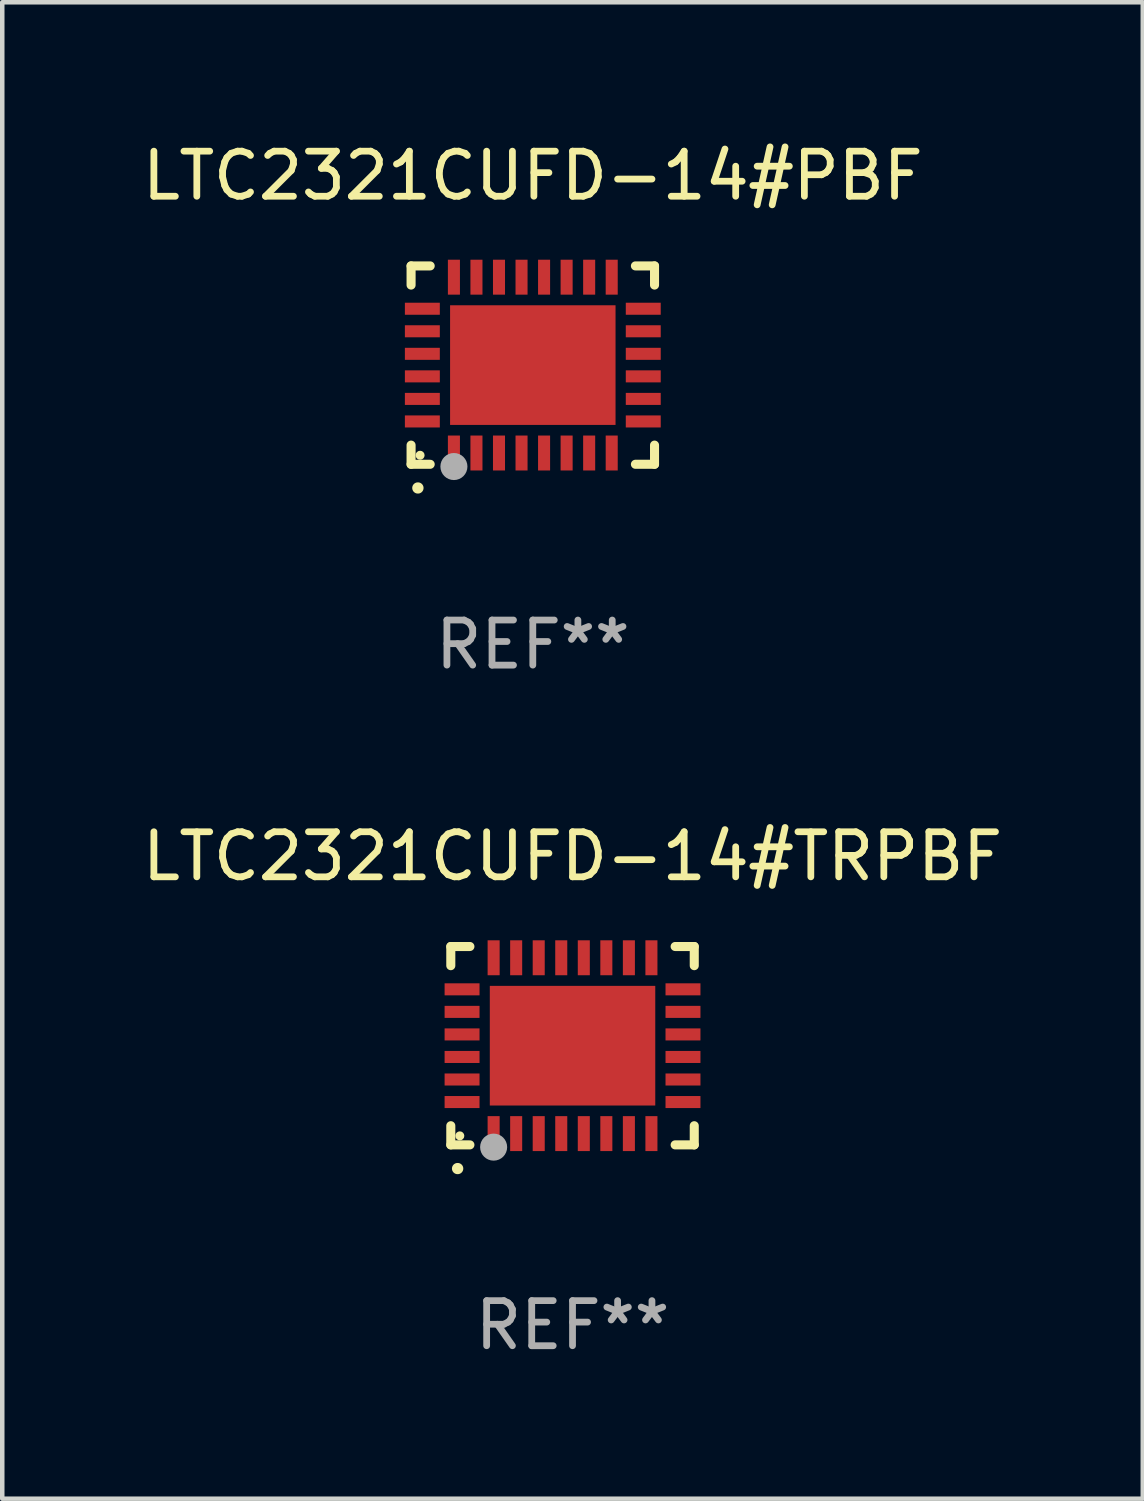
<source format=kicad_pcb>
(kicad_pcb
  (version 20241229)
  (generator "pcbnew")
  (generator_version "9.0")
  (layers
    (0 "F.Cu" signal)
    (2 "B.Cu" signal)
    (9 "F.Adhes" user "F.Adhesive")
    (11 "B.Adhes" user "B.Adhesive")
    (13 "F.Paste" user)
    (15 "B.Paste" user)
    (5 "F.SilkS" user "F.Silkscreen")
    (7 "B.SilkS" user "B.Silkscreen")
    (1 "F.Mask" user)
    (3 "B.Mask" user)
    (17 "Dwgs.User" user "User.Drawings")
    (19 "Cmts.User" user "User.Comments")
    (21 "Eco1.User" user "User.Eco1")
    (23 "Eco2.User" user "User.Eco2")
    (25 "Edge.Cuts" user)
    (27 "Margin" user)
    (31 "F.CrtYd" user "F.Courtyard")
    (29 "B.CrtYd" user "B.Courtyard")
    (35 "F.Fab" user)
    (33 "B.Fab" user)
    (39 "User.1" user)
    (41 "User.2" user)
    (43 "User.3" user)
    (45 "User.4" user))
  (footprint "LTC2321CUFD-14#TRPBF"
    (layer "F.Cu")
    (at 9.649 20.144)
    (property "Reference" "LTC2321CUFD-14#TRPBF" (at 0 -4.2 0) (layer "F.SilkS") (effects (font (size 1 1) (thickness 0.15))))
    (attr through_hole)
    (fp_line (start -2.7 -2.2) (end -2.276 -2.2) (stroke (width 0.201) (type solid)) (layer "F.SilkS"))
    (fp_line (start -2.7 -1.775) (end -2.7 -2.2) (stroke (width 0.201) (type solid)) (layer "F.SilkS"))
    (fp_line (start -2.7 2.2) (end -2.7 1.775) (stroke (width 0.201) (type solid)) (layer "F.SilkS"))
    (fp_line (start -2.276 2.2) (end -2.7 2.2) (stroke (width 0.201) (type solid)) (layer "F.SilkS"))
    (fp_line (start 2.276 2.2) (end 2.7 2.2) (stroke (width 0.201) (type solid)) (layer "F.SilkS"))
    (fp_line (start 2.7 -2.2) (end 2.276 -2.2) (stroke (width 0.201) (type solid)) (layer "F.SilkS"))
    (fp_line (start 2.7 -1.775) (end 2.7 -2.2) (stroke (width 0.201) (type solid)) (layer "F.SilkS"))
    (fp_line (start 2.7 2.2) (end 2.7 1.775) (stroke (width 0.201) (type solid)) (layer "F.SilkS"))
    (fp_arc (start -2.550165 2.725425) (mid -2.548895 2.725419) (end -2.547625 2.725425) (stroke (width 0.24892) (type solid)) (layer "F.SilkS"))
    (fp_circle (center -2.5 2) (end -2.45 2) (stroke (width 0.1) (type solid)) (fill no) (layer "F.SilkS"))
    (fp_circle (center -1.75 2.25) (end -1.6 2.25) (stroke (width 0.3) (type solid)) (fill no) (layer "F.Fab"))
    (fp_text user "REF**" (at 0 6.2 0) (layer "F.Fab") (effects (font (size 1 1) (thickness 0.15))))
    (pad "1" smd rect (at -1.75 1.95) (size 0.267 0.775) (layers "F.Cu" "F.Mask" "F.Paste"))
    (pad "2" smd rect (at -1.25 1.95) (size 0.267 0.775) (layers "F.Cu" "F.Mask" "F.Paste"))
    (pad "3" smd rect (at -0.75 1.95) (size 0.267 0.775) (layers "F.Cu" "F.Mask" "F.Paste"))
    (pad "4" smd rect (at -0.25 1.95) (size 0.267 0.775) (layers "F.Cu" "F.Mask" "F.Paste"))
    (pad "5" smd rect (at 0.25 1.95) (size 0.267 0.775) (layers "F.Cu" "F.Mask" "F.Paste"))
    (pad "6" smd rect (at 0.75 1.95) (size 0.267 0.775) (layers "F.Cu" "F.Mask" "F.Paste"))
    (pad "7" smd rect (at 1.25 1.95) (size 0.267 0.775) (layers "F.Cu" "F.Mask" "F.Paste"))
    (pad "8" smd rect (at 1.75 1.95) (size 0.267 0.775) (layers "F.Cu" "F.Mask" "F.Paste"))
    (pad "9" smd rect (at 2.45 1.25) (size 0.775 0.267) (layers "F.Cu" "F.Mask" "F.Paste"))
    (pad "10" smd rect (at 2.45 0.75) (size 0.775 0.267) (layers "F.Cu" "F.Mask" "F.Paste"))
    (pad "11" smd rect (at 2.45 0.25) (size 0.775 0.267) (layers "F.Cu" "F.Mask" "F.Paste"))
    (pad "12" smd rect (at 2.45 -0.25) (size 0.775 0.267) (layers "F.Cu" "F.Mask" "F.Paste"))
    (pad "13" smd rect (at 2.45 -0.75) (size 0.775 0.267) (layers "F.Cu" "F.Mask" "F.Paste"))
    (pad "14" smd rect (at 2.45 -1.25) (size 0.775 0.267) (layers "F.Cu" "F.Mask" "F.Paste"))
    (pad "15" smd rect (at 1.75 -1.95) (size 0.267 0.775) (layers "F.Cu" "F.Mask" "F.Paste"))
    (pad "16" smd rect (at 1.25 -1.95) (size 0.267 0.775) (layers "F.Cu" "F.Mask" "F.Paste"))
    (pad "17" smd rect (at 0.75 -1.95) (size 0.267 0.775) (layers "F.Cu" "F.Mask" "F.Paste"))
    (pad "18" smd rect (at 0.25 -1.95) (size 0.267 0.775) (layers "F.Cu" "F.Mask" "F.Paste"))
    (pad "19" smd rect (at -0.25 -1.95) (size 0.267 0.775) (layers "F.Cu" "F.Mask" "F.Paste"))
    (pad "20" smd rect (at -0.75 -1.95) (size 0.267 0.775) (layers "F.Cu" "F.Mask" "F.Paste"))
    (pad "21" smd rect (at -1.25 -1.95) (size 0.267 0.775) (layers "F.Cu" "F.Mask" "F.Paste"))
    (pad "22" smd rect (at -1.75 -1.95) (size 0.267 0.775) (layers "F.Cu" "F.Mask" "F.Paste"))
    (pad "23" smd rect (at -2.45 -1.25) (size 0.775 0.267) (layers "F.Cu" "F.Mask" "F.Paste"))
    (pad "24" smd rect (at -2.45 -0.75) (size 0.775 0.267) (layers "F.Cu" "F.Mask" "F.Paste"))
    (pad "25" smd rect (at -2.45 -0.25) (size 0.775 0.267) (layers "F.Cu" "F.Mask" "F.Paste"))
    (pad "26" smd rect (at -2.45 0.25) (size 0.775 0.267) (layers "F.Cu" "F.Mask" "F.Paste"))
    (pad "27" smd rect (at -2.45 0.75) (size 0.775 0.267) (layers "F.Cu" "F.Mask" "F.Paste"))
    (pad "28" smd rect (at -2.45 1.25) (size 0.775 0.267) (layers "F.Cu" "F.Mask" "F.Paste"))
    (pad "29" smd rect (at 0.000127 0.000127) (size 3.67 2.654) (layers "F.Cu" "F.Mask" "F.Paste")))
  (footprint "LTC2321CUFD-14#PBF"
    (layer "F.Cu")
    (at 8.768 5.048)
    (property "Reference" "LTC2321CUFD-14#PBF" (at 0 -4.2 0) (layer "F.SilkS") (effects (font (size 1 1) (thickness 0.15))))
    (attr through_hole)
    (fp_line (start -2.7 -2.2) (end -2.276 -2.2) (stroke (width 0.201) (type solid)) (layer "F.SilkS"))
    (fp_line (start -2.7 -1.775) (end -2.7 -2.2) (stroke (width 0.201) (type solid)) (layer "F.SilkS"))
    (fp_line (start -2.7 2.2) (end -2.7 1.775) (stroke (width 0.201) (type solid)) (layer "F.SilkS"))
    (fp_line (start -2.276 2.2) (end -2.7 2.2) (stroke (width 0.201) (type solid)) (layer "F.SilkS"))
    (fp_line (start 2.276 2.2) (end 2.7 2.2) (stroke (width 0.201) (type solid)) (layer "F.SilkS"))
    (fp_line (start 2.7 -2.2) (end 2.276 -2.2) (stroke (width 0.201) (type solid)) (layer "F.SilkS"))
    (fp_line (start 2.7 -1.775) (end 2.7 -2.2) (stroke (width 0.201) (type solid)) (layer "F.SilkS"))
    (fp_line (start 2.7 2.2) (end 2.7 1.775) (stroke (width 0.201) (type solid)) (layer "F.SilkS"))
    (fp_arc (start -2.550165 2.725425) (mid -2.548895 2.725419) (end -2.547625 2.725425) (stroke (width 0.24892) (type solid)) (layer "F.SilkS"))
    (fp_circle (center -2.5 2) (end -2.45 2) (stroke (width 0.1) (type solid)) (fill no) (layer "F.SilkS"))
    (fp_circle (center -1.75 2.25) (end -1.6 2.25) (stroke (width 0.3) (type solid)) (fill no) (layer "F.Fab"))
    (fp_text user "REF**" (at 0 6.2 0) (layer "F.Fab") (effects (font (size 1 1) (thickness 0.15))))
    (pad "1" smd rect (at -1.75 1.95) (size 0.267 0.775) (layers "F.Cu" "F.Mask" "F.Paste"))
    (pad "2" smd rect (at -1.25 1.95) (size 0.267 0.775) (layers "F.Cu" "F.Mask" "F.Paste"))
    (pad "3" smd rect (at -0.75 1.95) (size 0.267 0.775) (layers "F.Cu" "F.Mask" "F.Paste"))
    (pad "4" smd rect (at -0.25 1.95) (size 0.267 0.775) (layers "F.Cu" "F.Mask" "F.Paste"))
    (pad "5" smd rect (at 0.25 1.95) (size 0.267 0.775) (layers "F.Cu" "F.Mask" "F.Paste"))
    (pad "6" smd rect (at 0.75 1.95) (size 0.267 0.775) (layers "F.Cu" "F.Mask" "F.Paste"))
    (pad "7" smd rect (at 1.25 1.95) (size 0.267 0.775) (layers "F.Cu" "F.Mask" "F.Paste"))
    (pad "8" smd rect (at 1.75 1.95) (size 0.267 0.775) (layers "F.Cu" "F.Mask" "F.Paste"))
    (pad "9" smd rect (at 2.45 1.25) (size 0.775 0.267) (layers "F.Cu" "F.Mask" "F.Paste"))
    (pad "10" smd rect (at 2.45 0.75) (size 0.775 0.267) (layers "F.Cu" "F.Mask" "F.Paste"))
    (pad "11" smd rect (at 2.45 0.25) (size 0.775 0.267) (layers "F.Cu" "F.Mask" "F.Paste"))
    (pad "12" smd rect (at 2.45 -0.25) (size 0.775 0.267) (layers "F.Cu" "F.Mask" "F.Paste"))
    (pad "13" smd rect (at 2.45 -0.75) (size 0.775 0.267) (layers "F.Cu" "F.Mask" "F.Paste"))
    (pad "14" smd rect (at 2.45 -1.25) (size 0.775 0.267) (layers "F.Cu" "F.Mask" "F.Paste"))
    (pad "15" smd rect (at 1.75 -1.95) (size 0.267 0.775) (layers "F.Cu" "F.Mask" "F.Paste"))
    (pad "16" smd rect (at 1.25 -1.95) (size 0.267 0.775) (layers "F.Cu" "F.Mask" "F.Paste"))
    (pad "17" smd rect (at 0.75 -1.95) (size 0.267 0.775) (layers "F.Cu" "F.Mask" "F.Paste"))
    (pad "18" smd rect (at 0.25 -1.95) (size 0.267 0.775) (layers "F.Cu" "F.Mask" "F.Paste"))
    (pad "19" smd rect (at -0.25 -1.95) (size 0.267 0.775) (layers "F.Cu" "F.Mask" "F.Paste"))
    (pad "20" smd rect (at -0.75 -1.95) (size 0.267 0.775) (layers "F.Cu" "F.Mask" "F.Paste"))
    (pad "21" smd rect (at -1.25 -1.95) (size 0.267 0.775) (layers "F.Cu" "F.Mask" "F.Paste"))
    (pad "22" smd rect (at -1.75 -1.95) (size 0.267 0.775) (layers "F.Cu" "F.Mask" "F.Paste"))
    (pad "23" smd rect (at -2.45 -1.25) (size 0.775 0.267) (layers "F.Cu" "F.Mask" "F.Paste"))
    (pad "24" smd rect (at -2.45 -0.75) (size 0.775 0.267) (layers "F.Cu" "F.Mask" "F.Paste"))
    (pad "25" smd rect (at -2.45 -0.25) (size 0.775 0.267) (layers "F.Cu" "F.Mask" "F.Paste"))
    (pad "26" smd rect (at -2.45 0.25) (size 0.775 0.267) (layers "F.Cu" "F.Mask" "F.Paste"))
    (pad "27" smd rect (at -2.45 0.75) (size 0.775 0.267) (layers "F.Cu" "F.Mask" "F.Paste"))
    (pad "28" smd rect (at -2.45 1.25) (size 0.775 0.267) (layers "F.Cu" "F.Mask" "F.Paste"))
    (pad "29" smd rect (at 0.000127 0.000127) (size 3.67 2.654) (layers "F.Cu" "F.Mask" "F.Paste")))
  (gr_rect
    (start -3 -3)
    (end 22.298 30.192)
    (stroke (width 0.1) (type default))
    (fill no)
    (layer "Edge.Cuts")))
</source>
